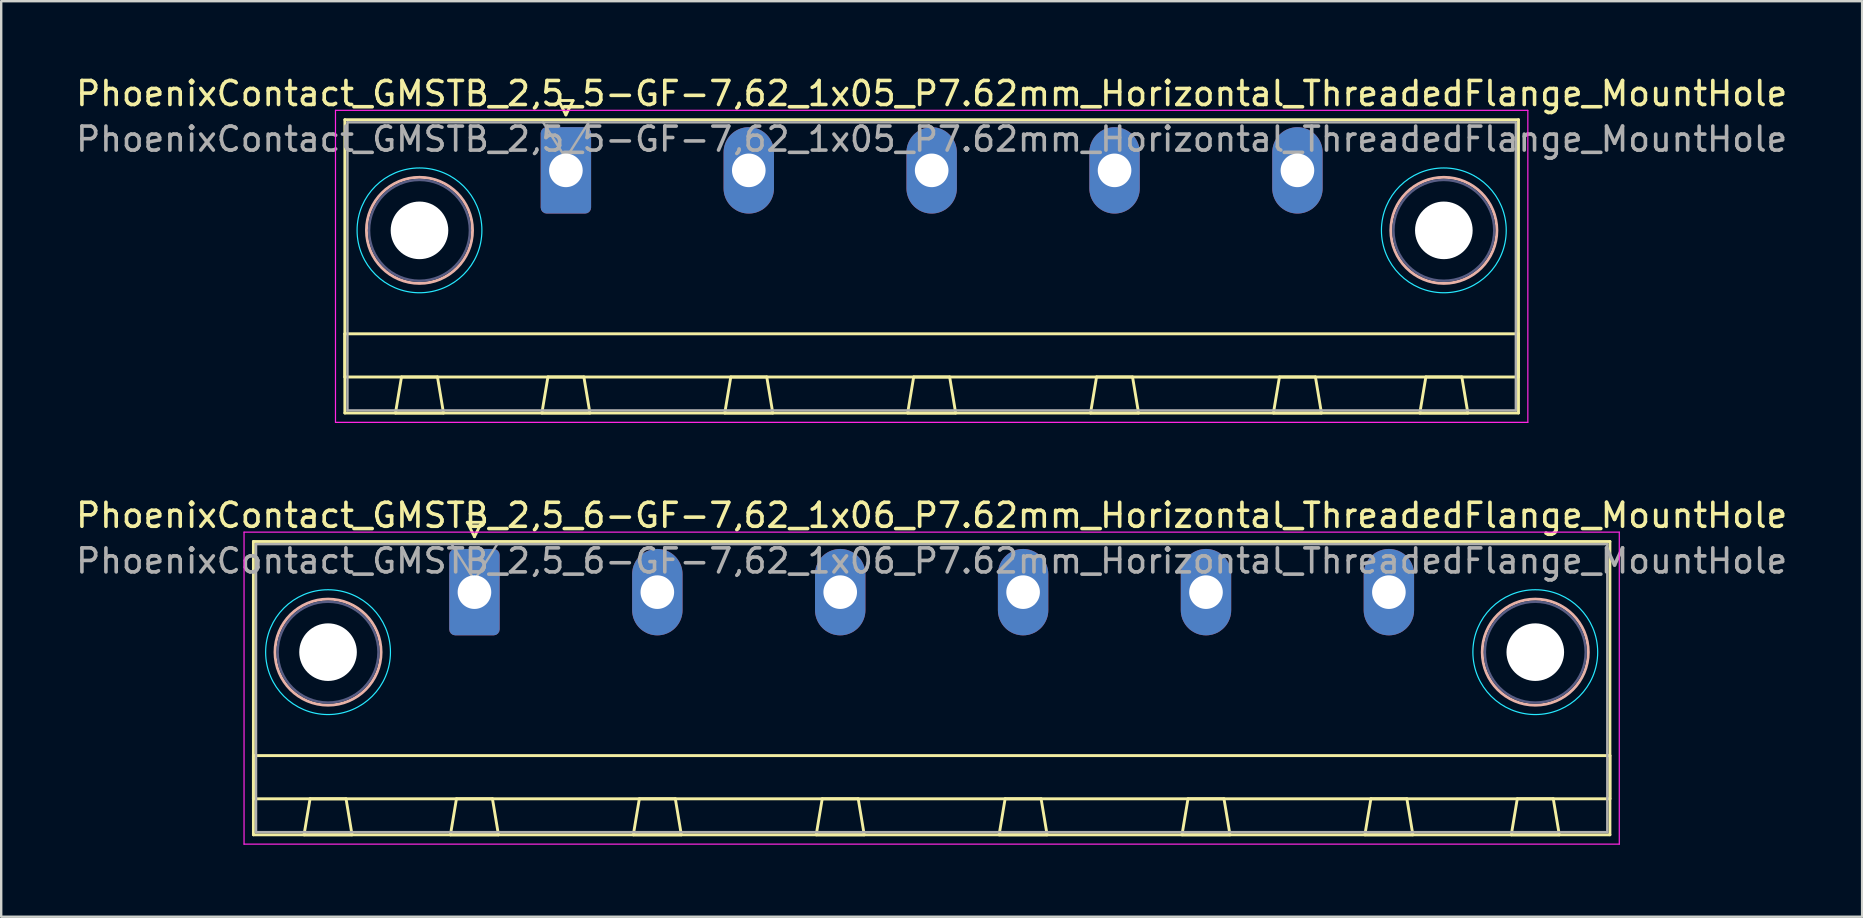
<source format=kicad_pcb>
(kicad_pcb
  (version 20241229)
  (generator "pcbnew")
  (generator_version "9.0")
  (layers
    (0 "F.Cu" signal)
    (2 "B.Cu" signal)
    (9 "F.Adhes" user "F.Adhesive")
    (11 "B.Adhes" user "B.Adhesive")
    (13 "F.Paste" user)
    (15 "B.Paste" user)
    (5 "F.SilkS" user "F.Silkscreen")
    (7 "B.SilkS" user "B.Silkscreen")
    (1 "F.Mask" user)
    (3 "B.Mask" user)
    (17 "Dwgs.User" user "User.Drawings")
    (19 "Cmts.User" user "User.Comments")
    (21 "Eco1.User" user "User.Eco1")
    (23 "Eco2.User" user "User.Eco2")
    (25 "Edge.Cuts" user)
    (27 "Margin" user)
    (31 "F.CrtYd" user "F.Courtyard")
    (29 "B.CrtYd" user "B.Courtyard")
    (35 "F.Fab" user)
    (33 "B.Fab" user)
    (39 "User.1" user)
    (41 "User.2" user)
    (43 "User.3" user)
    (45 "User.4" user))
  (footprint "PhoenixContact_GMSTB_2,5_6-GF-7,62_1x06_P7.62mm_Horizontal_ThreadedFlange_MountHole"
    (layer "F.Cu")
    (at 16.718 21.622)
    (property "Reference" "PhoenixContact_GMSTB_2,5_6-GF-7,62_1x06_P7.62mm_Horizontal_ThreadedFlange_MountHole" (at 19.05 -3.2 0) (layer "F.SilkS") (effects (font (size 1 1) (thickness 0.15))))
    (attr through_hole)
    (fp_line (start -9.21 -2.11) (end -9.21 10.11) (stroke (width 0.12) (type solid)) (layer "F.SilkS"))
    (fp_line (start -9.21 6.81) (end 47.31 6.81) (stroke (width 0.12) (type solid)) (layer "F.SilkS"))
    (fp_line (start -9.21 8.61) (end -9.21 6.81) (stroke (width 0.12) (type solid)) (layer "F.SilkS"))
    (fp_line (start -9.21 10.11) (end 47.31 10.11) (stroke (width 0.12) (type solid)) (layer "F.SilkS"))
    (fp_line (start -7.1 10.11) (end -5.1 10.11) (stroke (width 0.12) (type solid)) (layer "F.SilkS"))
    (fp_line (start -6.85 8.61) (end -7.1 10.11) (stroke (width 0.12) (type solid)) (layer "F.SilkS"))
    (fp_line (start -5.35 8.61) (end -6.85 8.61) (stroke (width 0.12) (type solid)) (layer "F.SilkS"))
    (fp_line (start -5.1 10.11) (end -5.35 8.61) (stroke (width 0.12) (type solid)) (layer "F.SilkS"))
    (fp_line (start -1 10.11) (end 1 10.11) (stroke (width 0.12) (type solid)) (layer "F.SilkS"))
    (fp_line (start -0.75 8.61) (end -1 10.11) (stroke (width 0.12) (type solid)) (layer "F.SilkS"))
    (fp_line (start -0.3 -2.91) (end 0.3 -2.91) (stroke (width 0.12) (type solid)) (layer "F.SilkS"))
    (fp_line (start 0 -2.31) (end -0.3 -2.91) (stroke (width 0.12) (type solid)) (layer "F.SilkS"))
    (fp_line (start 0.3 -2.91) (end 0 -2.31) (stroke (width 0.12) (type solid)) (layer "F.SilkS"))
    (fp_line (start 0.75 8.61) (end -0.75 8.61) (stroke (width 0.12) (type solid)) (layer "F.SilkS"))
    (fp_line (start 1 10.11) (end 0.75 8.61) (stroke (width 0.12) (type solid)) (layer "F.SilkS"))
    (fp_line (start 6.62 10.11) (end 8.62 10.11) (stroke (width 0.12) (type solid)) (layer "F.SilkS"))
    (fp_line (start 6.87 8.61) (end 6.62 10.11) (stroke (width 0.12) (type solid)) (layer "F.SilkS"))
    (fp_line (start 8.37 8.61) (end 6.87 8.61) (stroke (width 0.12) (type solid)) (layer "F.SilkS"))
    (fp_line (start 8.62 10.11) (end 8.37 8.61) (stroke (width 0.12) (type solid)) (layer "F.SilkS"))
    (fp_line (start 14.24 10.11) (end 16.24 10.11) (stroke (width 0.12) (type solid)) (layer "F.SilkS"))
    (fp_line (start 14.49 8.61) (end 14.24 10.11) (stroke (width 0.12) (type solid)) (layer "F.SilkS"))
    (fp_line (start 15.99 8.61) (end 14.49 8.61) (stroke (width 0.12) (type solid)) (layer "F.SilkS"))
    (fp_line (start 16.24 10.11) (end 15.99 8.61) (stroke (width 0.12) (type solid)) (layer "F.SilkS"))
    (fp_line (start 21.86 10.11) (end 23.86 10.11) (stroke (width 0.12) (type solid)) (layer "F.SilkS"))
    (fp_line (start 22.11 8.61) (end 21.86 10.11) (stroke (width 0.12) (type solid)) (layer "F.SilkS"))
    (fp_line (start 23.61 8.61) (end 22.11 8.61) (stroke (width 0.12) (type solid)) (layer "F.SilkS"))
    (fp_line (start 23.86 10.11) (end 23.61 8.61) (stroke (width 0.12) (type solid)) (layer "F.SilkS"))
    (fp_line (start 29.48 10.11) (end 31.48 10.11) (stroke (width 0.12) (type solid)) (layer "F.SilkS"))
    (fp_line (start 29.73 8.61) (end 29.48 10.11) (stroke (width 0.12) (type solid)) (layer "F.SilkS"))
    (fp_line (start 31.23 8.61) (end 29.73 8.61) (stroke (width 0.12) (type solid)) (layer "F.SilkS"))
    (fp_line (start 31.48 10.11) (end 31.23 8.61) (stroke (width 0.12) (type solid)) (layer "F.SilkS"))
    (fp_line (start 37.1 10.11) (end 39.1 10.11) (stroke (width 0.12) (type solid)) (layer "F.SilkS"))
    (fp_line (start 37.35 8.61) (end 37.1 10.11) (stroke (width 0.12) (type solid)) (layer "F.SilkS"))
    (fp_line (start 38.85 8.61) (end 37.35 8.61) (stroke (width 0.12) (type solid)) (layer "F.SilkS"))
    (fp_line (start 39.1 10.11) (end 38.85 8.61) (stroke (width 0.12) (type solid)) (layer "F.SilkS"))
    (fp_line (start 43.2 10.11) (end 45.2 10.11) (stroke (width 0.12) (type solid)) (layer "F.SilkS"))
    (fp_line (start 43.45 8.61) (end 43.2 10.11) (stroke (width 0.12) (type solid)) (layer "F.SilkS"))
    (fp_line (start 44.95 8.61) (end 43.45 8.61) (stroke (width 0.12) (type solid)) (layer "F.SilkS"))
    (fp_line (start 45.2 10.11) (end 44.95 8.61) (stroke (width 0.12) (type solid)) (layer "F.SilkS"))
    (fp_line (start 47.31 -2.11) (end -9.21 -2.11) (stroke (width 0.12) (type solid)) (layer "F.SilkS"))
    (fp_line (start 47.31 6.81) (end 47.31 8.61) (stroke (width 0.12) (type solid)) (layer "F.SilkS"))
    (fp_line (start 47.31 8.61) (end -9.21 8.61) (stroke (width 0.12) (type solid)) (layer "F.SilkS"))
    (fp_line (start 47.31 10.11) (end 47.31 -2.11) (stroke (width 0.12) (type solid)) (layer "F.SilkS"))
    (fp_circle (center -6.1 2.5) (end -3.89 2.5) (stroke (width 0.12) (type solid)) (fill no) (layer "B.SilkS"))
    (fp_circle (center 44.2 2.5) (end 46.41 2.5) (stroke (width 0.12) (type solid)) (fill no) (layer "B.SilkS"))
    (fp_circle (center -6.1 2.5) (end -3.5 2.5) (stroke (width 0.05) (type solid)) (fill no) (layer "B.CrtYd"))
    (fp_circle (center 44.2 2.5) (end 46.8 2.5) (stroke (width 0.05) (type solid)) (fill no) (layer "B.CrtYd"))
    (fp_line (start -9.6 -2.5) (end -9.6 10.5) (stroke (width 0.05) (type solid)) (layer "F.CrtYd"))
    (fp_line (start -9.6 10.5) (end 47.7 10.5) (stroke (width 0.05) (type solid)) (layer "F.CrtYd"))
    (fp_line (start 47.7 -2.5) (end -9.6 -2.5) (stroke (width 0.05) (type solid)) (layer "F.CrtYd"))
    (fp_line (start 47.7 10.5) (end 47.7 -2.5) (stroke (width 0.05) (type solid)) (layer "F.CrtYd"))
    (fp_circle (center -6.1 2.5) (end -4 2.5) (stroke (width 0.1) (type solid)) (fill no) (layer "B.Fab"))
    (fp_circle (center 44.2 2.5) (end 46.3 2.5) (stroke (width 0.1) (type solid)) (fill no) (layer "B.Fab"))
    (fp_line (start -9.1 -2) (end -9.1 10) (stroke (width 0.1) (type solid)) (layer "F.Fab"))
    (fp_line (start -9.1 10) (end 47.2 10) (stroke (width 0.1) (type solid)) (layer "F.Fab"))
    (fp_line (start 0 -0.5) (end -0.95 -2) (stroke (width 0.1) (type solid)) (layer "F.Fab"))
    (fp_line (start 0.95 -2) (end 0 -0.5) (stroke (width 0.1) (type solid)) (layer "F.Fab"))
    (fp_line (start 47.2 -2) (end -9.1 -2) (stroke (width 0.1) (type solid)) (layer "F.Fab"))
    (fp_line (start 47.2 10) (end 47.2 -2) (stroke (width 0.1) (type solid)) (layer "F.Fab"))
    (fp_text user "${REFERENCE}" (at 19.05 -1.3 0) (layer "F.Fab") (effects (font (size 1 1) (thickness 0.15))))
    (pad "" np_thru_hole circle (at -6.1 2.5) (size 2.4 2.4) (drill 2.4) (layers "*.Cu" "*.Mask"))
    (pad "" np_thru_hole circle (at 44.2 2.5) (size 2.4 2.4) (drill 2.4) (layers "*.Cu" "*.Mask"))
    (pad "1" thru_hole roundrect (at 0 0) (size 2.1 3.6) (drill 1.4) (layers "*.Cu" "*.Mask") (roundrect_rratio 0.119))
    (pad "2" thru_hole oval (at 7.62 0) (size 2.1 3.6) (drill 1.4) (layers "*.Cu" "*.Mask"))
    (pad "3" thru_hole oval (at 15.24 0) (size 2.1 3.6) (drill 1.4) (layers "*.Cu" "*.Mask"))
    (pad "4" thru_hole oval (at 22.86 0) (size 2.1 3.6) (drill 1.4) (layers "*.Cu" "*.Mask"))
    (pad "5" thru_hole oval (at 30.48 0) (size 2.1 3.6) (drill 1.4) (layers "*.Cu" "*.Mask"))
    (pad "6" thru_hole oval (at 38.1 0) (size 2.1 3.6) (drill 1.4) (layers "*.Cu" "*.Mask")))
  (footprint "PhoenixContact_GMSTB_2,5_5-GF-7,62_1x05_P7.62mm_Horizontal_ThreadedFlange_MountHole"
    (layer "F.Cu")
    (at 20.528 4.048)
    (property "Reference" "PhoenixContact_GMSTB_2,5_5-GF-7,62_1x05_P7.62mm_Horizontal_ThreadedFlange_MountHole" (at 15.24 -3.2 0) (layer "F.SilkS") (effects (font (size 1 1) (thickness 0.15))))
    (attr through_hole)
    (fp_line (start -9.21 -2.11) (end -9.21 10.11) (stroke (width 0.12) (type solid)) (layer "F.SilkS"))
    (fp_line (start -9.21 6.81) (end 39.69 6.81) (stroke (width 0.12) (type solid)) (layer "F.SilkS"))
    (fp_line (start -9.21 8.61) (end -9.21 6.81) (stroke (width 0.12) (type solid)) (layer "F.SilkS"))
    (fp_line (start -9.21 10.11) (end 39.69 10.11) (stroke (width 0.12) (type solid)) (layer "F.SilkS"))
    (fp_line (start -7.1 10.11) (end -5.1 10.11) (stroke (width 0.12) (type solid)) (layer "F.SilkS"))
    (fp_line (start -6.85 8.61) (end -7.1 10.11) (stroke (width 0.12) (type solid)) (layer "F.SilkS"))
    (fp_line (start -5.35 8.61) (end -6.85 8.61) (stroke (width 0.12) (type solid)) (layer "F.SilkS"))
    (fp_line (start -5.1 10.11) (end -5.35 8.61) (stroke (width 0.12) (type solid)) (layer "F.SilkS"))
    (fp_line (start -1 10.11) (end 1 10.11) (stroke (width 0.12) (type solid)) (layer "F.SilkS"))
    (fp_line (start -0.75 8.61) (end -1 10.11) (stroke (width 0.12) (type solid)) (layer "F.SilkS"))
    (fp_line (start -0.3 -2.91) (end 0.3 -2.91) (stroke (width 0.12) (type solid)) (layer "F.SilkS"))
    (fp_line (start 0 -2.31) (end -0.3 -2.91) (stroke (width 0.12) (type solid)) (layer "F.SilkS"))
    (fp_line (start 0.3 -2.91) (end 0 -2.31) (stroke (width 0.12) (type solid)) (layer "F.SilkS"))
    (fp_line (start 0.75 8.61) (end -0.75 8.61) (stroke (width 0.12) (type solid)) (layer "F.SilkS"))
    (fp_line (start 1 10.11) (end 0.75 8.61) (stroke (width 0.12) (type solid)) (layer "F.SilkS"))
    (fp_line (start 6.62 10.11) (end 8.62 10.11) (stroke (width 0.12) (type solid)) (layer "F.SilkS"))
    (fp_line (start 6.87 8.61) (end 6.62 10.11) (stroke (width 0.12) (type solid)) (layer "F.SilkS"))
    (fp_line (start 8.37 8.61) (end 6.87 8.61) (stroke (width 0.12) (type solid)) (layer "F.SilkS"))
    (fp_line (start 8.62 10.11) (end 8.37 8.61) (stroke (width 0.12) (type solid)) (layer "F.SilkS"))
    (fp_line (start 14.24 10.11) (end 16.24 10.11) (stroke (width 0.12) (type solid)) (layer "F.SilkS"))
    (fp_line (start 14.49 8.61) (end 14.24 10.11) (stroke (width 0.12) (type solid)) (layer "F.SilkS"))
    (fp_line (start 15.99 8.61) (end 14.49 8.61) (stroke (width 0.12) (type solid)) (layer "F.SilkS"))
    (fp_line (start 16.24 10.11) (end 15.99 8.61) (stroke (width 0.12) (type solid)) (layer "F.SilkS"))
    (fp_line (start 21.86 10.11) (end 23.86 10.11) (stroke (width 0.12) (type solid)) (layer "F.SilkS"))
    (fp_line (start 22.11 8.61) (end 21.86 10.11) (stroke (width 0.12) (type solid)) (layer "F.SilkS"))
    (fp_line (start 23.61 8.61) (end 22.11 8.61) (stroke (width 0.12) (type solid)) (layer "F.SilkS"))
    (fp_line (start 23.86 10.11) (end 23.61 8.61) (stroke (width 0.12) (type solid)) (layer "F.SilkS"))
    (fp_line (start 29.48 10.11) (end 31.48 10.11) (stroke (width 0.12) (type solid)) (layer "F.SilkS"))
    (fp_line (start 29.73 8.61) (end 29.48 10.11) (stroke (width 0.12) (type solid)) (layer "F.SilkS"))
    (fp_line (start 31.23 8.61) (end 29.73 8.61) (stroke (width 0.12) (type solid)) (layer "F.SilkS"))
    (fp_line (start 31.48 10.11) (end 31.23 8.61) (stroke (width 0.12) (type solid)) (layer "F.SilkS"))
    (fp_line (start 35.58 10.11) (end 37.58 10.11) (stroke (width 0.12) (type solid)) (layer "F.SilkS"))
    (fp_line (start 35.83 8.61) (end 35.58 10.11) (stroke (width 0.12) (type solid)) (layer "F.SilkS"))
    (fp_line (start 37.33 8.61) (end 35.83 8.61) (stroke (width 0.12) (type solid)) (layer "F.SilkS"))
    (fp_line (start 37.58 10.11) (end 37.33 8.61) (stroke (width 0.12) (type solid)) (layer "F.SilkS"))
    (fp_line (start 39.69 -2.11) (end -9.21 -2.11) (stroke (width 0.12) (type solid)) (layer "F.SilkS"))
    (fp_line (start 39.69 6.81) (end 39.69 8.61) (stroke (width 0.12) (type solid)) (layer "F.SilkS"))
    (fp_line (start 39.69 8.61) (end -9.21 8.61) (stroke (width 0.12) (type solid)) (layer "F.SilkS"))
    (fp_line (start 39.69 10.11) (end 39.69 -2.11) (stroke (width 0.12) (type solid)) (layer "F.SilkS"))
    (fp_circle (center -6.1 2.5) (end -3.89 2.5) (stroke (width 0.12) (type solid)) (fill no) (layer "B.SilkS"))
    (fp_circle (center 36.58 2.5) (end 38.79 2.5) (stroke (width 0.12) (type solid)) (fill no) (layer "B.SilkS"))
    (fp_circle (center -6.1 2.5) (end -3.5 2.5) (stroke (width 0.05) (type solid)) (fill no) (layer "B.CrtYd"))
    (fp_circle (center 36.58 2.5) (end 39.18 2.5) (stroke (width 0.05) (type solid)) (fill no) (layer "B.CrtYd"))
    (fp_line (start -9.6 -2.5) (end -9.6 10.5) (stroke (width 0.05) (type solid)) (layer "F.CrtYd"))
    (fp_line (start -9.6 10.5) (end 40.08 10.5) (stroke (width 0.05) (type solid)) (layer "F.CrtYd"))
    (fp_line (start 40.08 -2.5) (end -9.6 -2.5) (stroke (width 0.05) (type solid)) (layer "F.CrtYd"))
    (fp_line (start 40.08 10.5) (end 40.08 -2.5) (stroke (width 0.05) (type solid)) (layer "F.CrtYd"))
    (fp_circle (center -6.1 2.5) (end -4 2.5) (stroke (width 0.1) (type solid)) (fill no) (layer "B.Fab"))
    (fp_circle (center 36.58 2.5) (end 38.68 2.5) (stroke (width 0.1) (type solid)) (fill no) (layer "B.Fab"))
    (fp_line (start -9.1 -2) (end -9.1 10) (stroke (width 0.1) (type solid)) (layer "F.Fab"))
    (fp_line (start -9.1 10) (end 39.58 10) (stroke (width 0.1) (type solid)) (layer "F.Fab"))
    (fp_line (start 0 -0.5) (end -0.95 -2) (stroke (width 0.1) (type solid)) (layer "F.Fab"))
    (fp_line (start 0.95 -2) (end 0 -0.5) (stroke (width 0.1) (type solid)) (layer "F.Fab"))
    (fp_line (start 39.58 -2) (end -9.1 -2) (stroke (width 0.1) (type solid)) (layer "F.Fab"))
    (fp_line (start 39.58 10) (end 39.58 -2) (stroke (width 0.1) (type solid)) (layer "F.Fab"))
    (fp_text user "${REFERENCE}" (at 15.24 -1.3 0) (layer "F.Fab") (effects (font (size 1 1) (thickness 0.15))))
    (pad "" np_thru_hole circle (at -6.1 2.5) (size 2.4 2.4) (drill 2.4) (layers "*.Cu" "*.Mask"))
    (pad "" np_thru_hole circle (at 36.58 2.5) (size 2.4 2.4) (drill 2.4) (layers "*.Cu" "*.Mask"))
    (pad "1" thru_hole roundrect (at 0 0) (size 2.1 3.6) (drill 1.4) (layers "*.Cu" "*.Mask") (roundrect_rratio 0.119))
    (pad "2" thru_hole oval (at 7.62 0) (size 2.1 3.6) (drill 1.4) (layers "*.Cu" "*.Mask"))
    (pad "3" thru_hole oval (at 15.24 0) (size 2.1 3.6) (drill 1.4) (layers "*.Cu" "*.Mask"))
    (pad "4" thru_hole oval (at 22.86 0) (size 2.1 3.6) (drill 1.4) (layers "*.Cu" "*.Mask"))
    (pad "5" thru_hole oval (at 30.48 0) (size 2.1 3.6) (drill 1.4) (layers "*.Cu" "*.Mask")))
  (gr_rect
    (start -3 -3)
    (end 74.536 35.147)
    (stroke (width 0.1) (type default))
    (fill no)
    (layer "Edge.Cuts")))
</source>
